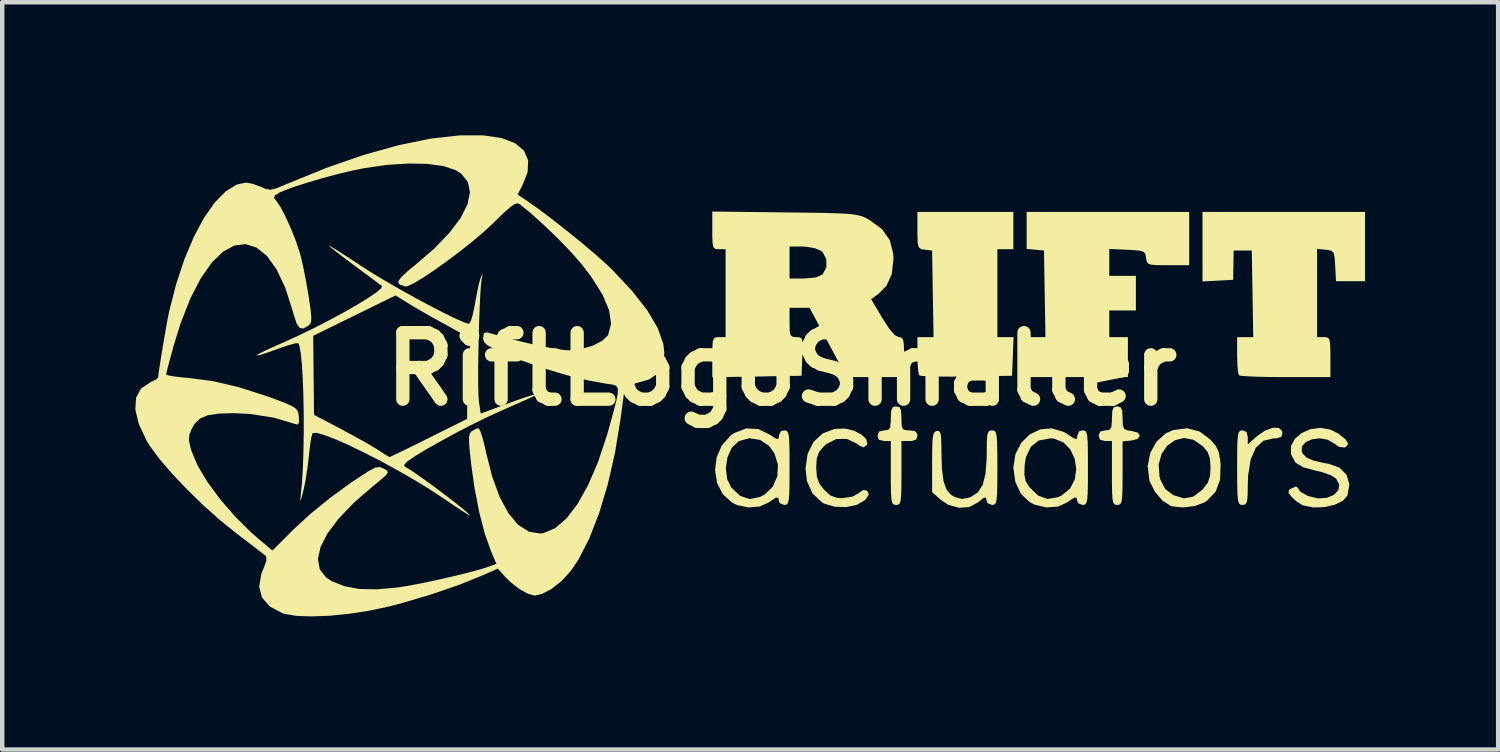
<source format=kicad_pcb>
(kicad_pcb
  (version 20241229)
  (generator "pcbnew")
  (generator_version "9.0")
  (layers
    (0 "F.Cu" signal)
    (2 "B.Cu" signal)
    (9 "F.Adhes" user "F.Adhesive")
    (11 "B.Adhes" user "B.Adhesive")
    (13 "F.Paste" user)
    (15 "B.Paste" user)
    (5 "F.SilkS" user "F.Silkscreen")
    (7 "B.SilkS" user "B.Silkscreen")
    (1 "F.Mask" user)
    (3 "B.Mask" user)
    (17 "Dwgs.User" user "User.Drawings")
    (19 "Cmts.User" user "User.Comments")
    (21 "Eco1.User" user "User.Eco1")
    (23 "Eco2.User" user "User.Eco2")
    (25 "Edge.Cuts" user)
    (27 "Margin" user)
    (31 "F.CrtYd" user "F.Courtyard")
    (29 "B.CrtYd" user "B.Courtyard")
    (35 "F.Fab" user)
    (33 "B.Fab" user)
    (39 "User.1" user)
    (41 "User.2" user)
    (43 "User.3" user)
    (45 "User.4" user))
  (footprint "RiftLogoSmaller"
    (layer "F.Cu")
    (at 14.565 5.269)
    (property "Reference" "RiftLogoSmaller" (at 0 0 0) (layer "F.SilkS") (effects (font (size 1.5 1.5) (thickness 0.3))))
    (attr board_only exclude_from_pos_files exclude_from_bom)
    (fp_poly (pts (xy 5.224 -3.122) (xy 5.224 -2.702) (xy 5.044 -2.702) (xy 4.864 -2.702) (xy 4.864 -1.711) (xy 4.864 -0.721) (xy 5.047 -0.721) (xy 5.229 -0.721) (xy 5.212 -0.285) (xy 5.194 0.15) (xy 4.17 0.166) (xy 3.83 0.17) (xy 3.534 0.168) (xy 3.3 0.162) (xy 3.15 0.152) (xy 3.104 0.141) (xy 3.083 0.065) (xy 3.068 -0.097) (xy 3.062 -0.309) (xy 3.062 -0.31) (xy 3.062 -0.721) (xy 3.244 -0.721) (xy 3.426 -0.721) (xy 3.409 -1.696) (xy 3.393 -2.672) (xy 3.228 -2.691) (xy 3.141 -2.706) (xy 3.092 -2.746) (xy 3.069 -2.837) (xy 3.063 -3.007) (xy 3.062 -3.126) (xy 3.062 -3.543) (xy 4.143 -3.543) (xy 5.224 -3.543)) (stroke (width 0) (type solid)) (fill yes) (layer "F.SilkS"))
    (fp_poly (pts (xy 11.205 1.324) (xy 11.281 1.393) (xy 11.289 1.441) (xy 11.264 1.526) (xy 11.168 1.558) (xy 11.089 1.561) (xy 10.861 1.614) (xy 10.689 1.773) (xy 10.574 2.035) (xy 10.515 2.399) (xy 10.508 2.616) (xy 10.505 2.845) (xy 10.492 2.979) (xy 10.462 3.043) (xy 10.408 3.062) (xy 10.388 3.062) (xy 10.341 3.056) (xy 10.308 3.025) (xy 10.287 2.951) (xy 10.275 2.815) (xy 10.269 2.599) (xy 10.268 2.284) (xy 10.268 2.222) (xy 10.269 1.889) (xy 10.273 1.658) (xy 10.284 1.51) (xy 10.303 1.427) (xy 10.334 1.39) (xy 10.379 1.381) (xy 10.388 1.381) (xy 10.481 1.415) (xy 10.508 1.533) (xy 10.508 1.537) (xy 10.508 1.694) (xy 10.721 1.507) (xy 10.899 1.385) (xy 11.069 1.323)) (stroke (width 0) (type solid)) (fill yes) (layer "F.SilkS"))
    (fp_poly (pts (xy 7.641 0.859) (xy 7.677 0.933) (xy 7.686 1.094) (xy 7.686 1.107) (xy 7.692 1.272) (xy 7.725 1.353) (xy 7.81 1.384) (xy 7.881 1.392) (xy 8.031 1.432) (xy 8.076 1.501) (xy 8.021 1.576) (xy 7.881 1.61) (xy 7.686 1.629) (xy 7.686 2.346) (xy 7.685 2.649) (xy 7.679 2.852) (xy 7.665 2.975) (xy 7.64 3.038) (xy 7.601 3.06) (xy 7.566 3.062) (xy 7.515 3.055) (xy 7.481 3.021) (xy 7.461 2.939) (xy 7.45 2.79) (xy 7.446 2.554) (xy 7.446 2.342) (xy 7.446 1.621) (xy 7.296 1.621) (xy 7.178 1.593) (xy 7.146 1.501) (xy 7.181 1.407) (xy 7.296 1.381) (xy 7.388 1.37) (xy 7.432 1.315) (xy 7.445 1.184) (xy 7.446 1.111) (xy 7.454 0.942) (xy 7.486 0.862) (xy 7.557 0.841) (xy 7.566 0.841)) (stroke (width 0) (type solid)) (fill yes) (layer "F.SilkS"))
    (fp_poly (pts (xy 2.657 0.858) (xy 2.693 0.932) (xy 2.702 1.091) (xy 2.702 1.111) (xy 2.707 1.277) (xy 2.738 1.356) (xy 2.814 1.38) (xy 2.882 1.381) (xy 3.014 1.4) (xy 3.061 1.47) (xy 3.062 1.501) (xy 3.034 1.589) (xy 2.929 1.62) (xy 2.882 1.621) (xy 2.702 1.621) (xy 2.702 2.342) (xy 2.701 2.646) (xy 2.695 2.85) (xy 2.682 2.974) (xy 2.657 3.037) (xy 2.617 3.06) (xy 2.582 3.062) (xy 2.531 3.055) (xy 2.497 3.021) (xy 2.477 2.939) (xy 2.466 2.79) (xy 2.462 2.554) (xy 2.462 2.342) (xy 2.462 1.621) (xy 2.312 1.621) (xy 2.194 1.593) (xy 2.162 1.501) (xy 2.197 1.407) (xy 2.312 1.381) (xy 2.404 1.37) (xy 2.448 1.315) (xy 2.461 1.184) (xy 2.462 1.111) (xy 2.47 0.942) (xy 2.502 0.862) (xy 2.573 0.841) (xy 2.582 0.841)) (stroke (width 0) (type solid)) (fill yes) (layer "F.SilkS"))
    (fp_poly (pts (xy 9.187 -2.942) (xy 9.187 -2.342) (xy 8.711 -2.342) (xy 8.474 -2.343) (xy 8.331 -2.353) (xy 8.257 -2.381) (xy 8.227 -2.434) (xy 8.215 -2.507) (xy 8.199 -2.595) (xy 8.156 -2.646) (xy 8.059 -2.672) (xy 7.879 -2.686) (xy 7.791 -2.69) (xy 7.386 -2.708) (xy 7.386 -2.405) (xy 7.386 -2.102) (xy 7.686 -2.102) (xy 7.986 -2.102) (xy 7.986 -1.711) (xy 7.986 -1.321) (xy 7.686 -1.321) (xy 7.386 -1.321) (xy 7.386 -1.021) (xy 7.386 -0.721) (xy 7.596 -0.721) (xy 7.806 -0.721) (xy 7.806 -0.27) (xy 7.806 0.18) (xy 6.665 0.18) (xy 5.524 0.18) (xy 5.524 -0.27) (xy 5.524 -0.721) (xy 5.736 -0.721) (xy 5.948 -0.721) (xy 5.931 -1.696) (xy 5.915 -2.672) (xy 5.72 -2.691) (xy 5.524 -2.71) (xy 5.524 -3.126) (xy 5.524 -3.543) (xy 7.356 -3.543) (xy 9.187 -3.543)) (stroke (width 0) (type solid)) (fill yes) (layer "F.SilkS"))
    (fp_poly (pts (xy 1.629 1.387) (xy 1.796 1.472) (xy 1.906 1.575) (xy 1.935 1.678) (xy 1.914 1.72) (xy 1.849 1.762) (xy 1.759 1.727) (xy 1.697 1.68) (xy 1.473 1.573) (xy 1.235 1.576) (xy 1.011 1.687) (xy 0.956 1.737) (xy 0.845 1.869) (xy 0.794 2.009) (xy 0.781 2.212) (xy 0.781 2.216) (xy 0.795 2.428) (xy 0.853 2.582) (xy 0.955 2.715) (xy 1.099 2.847) (xy 1.247 2.902) (xy 1.37 2.91) (xy 1.606 2.871) (xy 1.738 2.795) (xy 1.845 2.722) (xy 1.923 2.74) (xy 1.936 2.752) (xy 1.967 2.825) (xy 1.908 2.921) (xy 1.878 2.953) (xy 1.698 3.059) (xy 1.457 3.11) (xy 1.198 3.102) (xy 0.966 3.035) (xy 0.919 3.008) (xy 0.698 2.804) (xy 0.573 2.526) (xy 0.54 2.239) (xy 0.588 1.907) (xy 0.722 1.639) (xy 0.929 1.448) (xy 1.195 1.348) (xy 1.43 1.34)) (stroke (width 0) (type solid)) (fill yes) (layer "F.SilkS"))
    (fp_poly (pts (xy 13.15 -2.762) (xy 13.15 -1.982) (xy 12.823 -1.982) (xy 12.496 -1.982) (xy 12.478 -2.327) (xy 12.465 -2.521) (xy 12.439 -2.626) (xy 12.383 -2.672) (xy 12.279 -2.689) (xy 12.265 -2.691) (xy 12.07 -2.71) (xy 12.07 -1.715) (xy 12.07 -0.721) (xy 12.22 -0.721) (xy 12.296 -0.715) (xy 12.341 -0.681) (xy 12.362 -0.594) (xy 12.369 -0.428) (xy 12.37 -0.27) (xy 12.37 0.18) (xy 11.359 0.18) (xy 11.022 0.178) (xy 10.728 0.172) (xy 10.497 0.162) (xy 10.351 0.15) (xy 10.308 0.14) (xy 10.288 0.064) (xy 10.274 -0.097) (xy 10.268 -0.309) (xy 10.268 -0.31) (xy 10.268 -0.721) (xy 10.45 -0.721) (xy 10.631 -0.721) (xy 10.615 -1.696) (xy 10.598 -2.672) (xy 10.394 -2.672) (xy 10.189 -2.672) (xy 10.184 -2.342) (xy 10.178 -2.012) (xy 9.833 -1.994) (xy 9.487 -1.976) (xy 9.487 -2.759) (xy 9.487 -3.543) (xy 11.319 -3.543) (xy 13.15 -3.543)) (stroke (width 0) (type solid)) (fill yes) (layer "F.SilkS"))
    (fp_poly (pts (xy 9.42 1.406) (xy 9.668 1.591) (xy 9.79 1.735) (xy 9.856 1.879) (xy 9.889 2.074) (xy 9.895 2.151) (xy 9.883 2.494) (xy 9.785 2.759) (xy 9.597 2.959) (xy 9.53 3.005) (xy 9.314 3.086) (xy 9.052 3.118) (xy 8.81 3.094) (xy 8.767 3.08) (xy 8.585 2.963) (xy 8.419 2.769) (xy 8.301 2.54) (xy 8.288 2.497) (xy 8.252 2.184) (xy 8.259 2.151) (xy 8.499 2.151) (xy 8.518 2.419) (xy 8.539 2.495) (xy 8.646 2.702) (xy 8.825 2.838) (xy 8.827 2.839) (xy 9.064 2.913) (xy 9.277 2.875) (xy 9.482 2.72) (xy 9.502 2.699) (xy 9.609 2.557) (xy 9.658 2.401) (xy 9.668 2.216) (xy 9.655 2.012) (xy 9.604 1.871) (xy 9.495 1.739) (xy 9.492 1.737) (xy 9.283 1.593) (xy 9.068 1.553) (xy 8.865 1.603) (xy 8.69 1.729) (xy 8.563 1.916) (xy 8.499 2.151) (xy 8.259 2.151) (xy 8.311 1.887) (xy 8.452 1.633) (xy 8.664 1.445) (xy 8.824 1.375) (xy 9.139 1.333)) (stroke (width 0) (type solid)) (fill yes) (layer "F.SilkS"))
    (fp_poly (pts (xy 4.791 1.387) (xy 4.824 1.418) (xy 4.845 1.493) (xy 4.857 1.629) (xy 4.863 1.845) (xy 4.864 2.159) (xy 4.864 2.222) (xy 4.863 2.554) (xy 4.859 2.785) (xy 4.848 2.933) (xy 4.828 3.016) (xy 4.798 3.053) (xy 4.753 3.062) (xy 4.744 3.062) (xy 4.646 3.025) (xy 4.624 2.972) (xy 4.607 2.895) (xy 4.548 2.905) (xy 4.43 3.002) (xy 4.235 3.108) (xy 3.999 3.126) (xy 3.757 3.058) (xy 3.589 2.947) (xy 3.393 2.772) (xy 3.393 2.093) (xy 3.395 1.796) (xy 3.403 1.598) (xy 3.42 1.479) (xy 3.449 1.418) (xy 3.493 1.394) (xy 3.498 1.393) (xy 3.549 1.395) (xy 3.581 1.442) (xy 3.597 1.555) (xy 3.603 1.757) (xy 3.603 1.872) (xy 3.614 2.249) (xy 3.65 2.524) (xy 3.716 2.713) (xy 3.817 2.833) (xy 3.904 2.883) (xy 4.068 2.926) (xy 4.228 2.896) (xy 4.271 2.879) (xy 4.426 2.777) (xy 4.532 2.611) (xy 4.596 2.364) (xy 4.622 2.021) (xy 4.624 1.893) (xy 4.626 1.645) (xy 4.636 1.493) (xy 4.66 1.414) (xy 4.703 1.384) (xy 4.744 1.381)) (stroke (width 0) (type solid)) (fill yes) (layer "F.SilkS"))
    (fp_poly (pts (xy 12.37 1.363) (xy 12.545 1.451) (xy 12.714 1.585) (xy 12.772 1.684) (xy 12.722 1.753) (xy 12.693 1.766) (xy 12.567 1.754) (xy 12.458 1.679) (xy 12.307 1.59) (xy 12.131 1.56) (xy 11.958 1.581) (xy 11.815 1.644) (xy 11.728 1.741) (xy 11.724 1.862) (xy 11.746 1.907) (xy 11.836 1.996) (xy 11.994 2.064) (xy 12.242 2.119) (xy 12.328 2.133) (xy 12.574 2.22) (xy 12.734 2.381) (xy 12.797 2.597) (xy 12.753 2.85) (xy 12.649 2.969) (xy 12.462 3.059) (xy 12.228 3.111) (xy 11.981 3.118) (xy 11.758 3.073) (xy 11.739 3.066) (xy 11.609 2.984) (xy 11.501 2.886) (xy 11.426 2.786) (xy 11.435 2.727) (xy 11.471 2.699) (xy 11.595 2.646) (xy 11.648 2.686) (xy 11.649 2.705) (xy 11.699 2.766) (xy 11.825 2.84) (xy 11.871 2.861) (xy 12.086 2.914) (xy 12.285 2.902) (xy 12.445 2.838) (xy 12.547 2.734) (xy 12.57 2.604) (xy 12.499 2.469) (xy 12.38 2.392) (xy 12.181 2.322) (xy 12.039 2.289) (xy 11.764 2.215) (xy 11.593 2.115) (xy 11.574 2.095) (xy 11.478 1.909) (xy 11.483 1.73) (xy 11.571 1.569) (xy 11.722 1.44) (xy 11.918 1.354) (xy 12.14 1.324)) (stroke (width 0) (type solid)) (fill yes) (layer "F.SilkS"))
    (fp_poly (pts (xy -0.526 1.351) (xy -0.279 1.469) (xy -0.144 1.557) (xy -0.08 1.579) (xy -0.061 1.538) (xy -0.06 1.499) (xy -0.017 1.4) (xy 0.06 1.381) (xy 0.108 1.387) (xy 0.141 1.418) (xy 0.162 1.493) (xy 0.174 1.629) (xy 0.179 1.845) (xy 0.18 2.159) (xy 0.18 2.222) (xy 0.179 2.554) (xy 0.175 2.785) (xy 0.164 2.933) (xy 0.145 3.016) (xy 0.114 3.053) (xy 0.069 3.062) (xy 0.06 3.062) (xy -0.038 3.025) (xy -0.06 2.972) (xy -0.076 2.897) (xy -0.136 2.9) (xy -0.26 2.983) (xy -0.284 3.002) (xy -0.491 3.097) (xy -0.746 3.118) (xy -1.001 3.065) (xy -1.116 3.009) (xy -1.326 2.817) (xy -1.454 2.565) (xy -1.499 2.281) (xy -1.494 2.235) (xy -1.256 2.235) (xy -1.226 2.48) (xy -1.133 2.669) (xy -0.932 2.858) (xy -0.718 2.929) (xy -0.486 2.881) (xy -0.381 2.827) (xy -0.196 2.649) (xy -0.095 2.416) (xy -0.082 2.156) (xy -0.16 1.901) (xy -0.283 1.729) (xy -0.487 1.595) (xy -0.729 1.558) (xy -0.964 1.623) (xy -1.119 1.768) (xy -1.219 1.985) (xy -1.256 2.235) (xy -1.494 2.235) (xy -1.464 1.991) (xy -1.348 1.722) (xy -1.153 1.502) (xy -1.066 1.441) (xy -0.796 1.336)) (stroke (width 0) (type solid)) (fill yes) (layer "F.SilkS"))
    (fp_poly (pts (xy 6.354 1.413) (xy 6.44 1.464) (xy 6.578 1.554) (xy 6.643 1.578) (xy 6.664 1.54) (xy 6.665 1.499) (xy 6.709 1.4) (xy 6.785 1.381) (xy 6.833 1.387) (xy 6.866 1.418) (xy 6.887 1.493) (xy 6.899 1.629) (xy 6.904 1.845) (xy 6.905 2.159) (xy 6.905 2.222) (xy 6.905 2.554) (xy 6.9 2.785) (xy 6.89 2.933) (xy 6.87 3.016) (xy 6.839 3.053) (xy 6.794 3.062) (xy 6.785 3.062) (xy 6.688 3.025) (xy 6.665 2.972) (xy 6.65 2.897) (xy 6.589 2.9) (xy 6.466 2.983) (xy 6.441 3.002) (xy 6.231 3.099) (xy 5.972 3.118) (xy 5.711 3.058) (xy 5.596 3.001) (xy 5.395 2.811) (xy 5.268 2.541) (xy 5.246 2.378) (xy 5.472 2.378) (xy 5.501 2.522) (xy 5.576 2.648) (xy 5.587 2.662) (xy 5.786 2.853) (xy 5.996 2.927) (xy 6.228 2.887) (xy 6.313 2.848) (xy 6.5 2.695) (xy 6.608 2.489) (xy 6.642 2.256) (xy 6.607 2.022) (xy 6.509 1.812) (xy 6.353 1.652) (xy 6.143 1.568) (xy 6.057 1.561) (xy 5.8 1.608) (xy 5.617 1.75) (xy 5.508 1.985) (xy 5.479 2.167) (xy 5.472 2.378) (xy 5.246 2.378) (xy 5.224 2.221) (xy 5.272 1.914) (xy 5.402 1.66) (xy 5.595 1.471) (xy 5.832 1.358) (xy 6.091 1.335)) (stroke (width 0) (type solid)) (fill yes) (layer "F.SilkS"))
    (fp_poly (pts (xy 0.075 -3.532) (xy 0.561 -3.526) (xy 0.943 -3.52) (xy 1.235 -3.512) (xy 1.454 -3.502) (xy 1.614 -3.487) (xy 1.732 -3.467) (xy 1.823 -3.44) (xy 1.903 -3.404) (xy 1.979 -3.363) (xy 2.264 -3.154) (xy 2.441 -2.903) (xy 2.517 -2.595) (xy 2.522 -2.48) (xy 2.483 -2.137) (xy 2.361 -1.873) (xy 2.182 -1.695) (xy 2.019 -1.576) (xy 2.273 -1.148) (xy 2.43 -0.905) (xy 2.552 -0.765) (xy 2.645 -0.721) (xy 2.705 -0.709) (xy 2.74 -0.659) (xy 2.757 -0.544) (xy 2.762 -0.341) (xy 2.762 -0.27) (xy 2.762 0.18) (xy 2.114 0.18) (xy 1.465 0.18) (xy 1.049 -0.6) (xy 0.632 -1.381) (xy 0.406 -1.381) (xy 0.18 -1.381) (xy 0.18 -1.051) (xy 0.184 -0.862) (xy 0.204 -0.763) (xy 0.255 -0.726) (xy 0.333 -0.721) (xy 0.411 -0.716) (xy 0.456 -0.684) (xy 0.474 -0.599) (xy 0.474 -0.436) (xy 0.468 -0.285) (xy 0.45 0.15) (xy -0.555 0.167) (xy -1.561 0.183) (xy -1.561 -0.269) (xy -1.559 -0.498) (xy -1.548 -0.633) (xy -1.519 -0.698) (xy -1.464 -0.719) (xy -1.411 -0.721) (xy -1.261 -0.721) (xy -1.261 -1.711) (xy -1.261 -2.702) (xy -1.411 -2.702) (xy -1.489 -2.708) (xy -1.534 -2.744) (xy -1.538 -2.762) (xy 0.18 -2.762) (xy 0.18 -2.402) (xy 0.18 -2.042) (xy 0.506 -2.042) (xy 0.768 -2.064) (xy 0.921 -2.131) (xy 0.926 -2.136) (xy 1.01 -2.293) (xy 1.009 -2.476) (xy 0.928 -2.633) (xy 0.887 -2.669) (xy 0.74 -2.728) (xy 0.534 -2.76) (xy 0.467 -2.762) (xy 0.18 -2.762) (xy -1.538 -2.762) (xy -1.555 -2.835) (xy -1.561 -3.008) (xy -1.561 -3.127) (xy -1.561 -3.551)) (stroke (width 0) (type solid)) (fill yes) (layer "F.SilkS"))
    (fp_poly (pts (xy -10.161 -2.765) (xy -10.031 -2.685) (xy -9.836 -2.561) (xy -9.593 -2.403) (xy -9.452 -2.31) (xy -9.2 -2.149) (xy -8.901 -1.97) (xy -8.572 -1.781) (xy -8.234 -1.594) (xy -7.905 -1.418) (xy -7.603 -1.262) (xy -7.347 -1.138) (xy -7.155 -1.054) (xy -7.047 -1.021) (xy -7.043 -1.021) (xy -7.006 -1.076) (xy -6.961 -1.221) (xy -6.917 -1.428) (xy -6.907 -1.483) (xy -6.864 -1.722) (xy -6.82 -1.927) (xy -6.782 -2.058) (xy -6.777 -2.068) (xy -6.741 -2.142) (xy -6.742 -2.108) (xy -6.757 -2.042) (xy -6.774 -1.912) (xy -6.79 -1.686) (xy -6.804 -1.388) (xy -6.817 -1.041) (xy -6.827 -0.669) (xy -6.834 -0.295) (xy -6.838 0.055) (xy -6.837 0.36) (xy -6.832 0.594) (xy -6.821 0.731) (xy -6.781 1.002) (xy -6.258 0.808) (xy -6.008 0.717) (xy -5.786 0.64) (xy -5.626 0.588) (xy -5.584 0.577) (xy -5.434 0.54) (xy -5.584 0.611) (xy -5.698 0.663) (xy -5.894 0.75) (xy -6.142 0.86) (xy -6.387 0.968) (xy -6.676 1.102) (xy -7.008 1.266) (xy -7.357 1.448) (xy -7.699 1.634) (xy -8.009 1.809) (xy -8.261 1.962) (xy -8.431 2.077) (xy -8.437 2.082) (xy -8.509 2.163) (xy -8.487 2.202) (xy -8.398 2.252) (xy -8.247 2.352) (xy -8.052 2.49) (xy -7.832 2.65) (xy -7.607 2.819) (xy -7.395 2.981) (xy -7.214 3.124) (xy -7.085 3.233) (xy -7.025 3.293) (xy -7.027 3.301) (xy -7.085 3.268) (xy -7.221 3.181) (xy -7.412 3.054) (xy -7.605 2.923) (xy -7.93 2.709) (xy -8.289 2.49) (xy -8.666 2.274) (xy -9.046 2.067) (xy -9.415 1.878) (xy -9.758 1.712) (xy -10.06 1.579) (xy -10.305 1.485) (xy -10.48 1.437) (xy -10.568 1.443) (xy -10.573 1.449) (xy -10.598 1.537) (xy -10.626 1.711) (xy -10.652 1.935) (xy -10.655 1.974) (xy -10.689 2.255) (xy -10.735 2.543) (xy -10.783 2.762) (xy -10.827 2.925) (xy -10.847 2.976) (xy -10.845 2.918) (xy -10.838 2.852) (xy -10.809 2.563) (xy -10.788 2.212) (xy -10.775 1.82) (xy -10.769 1.404) (xy -10.77 0.983) (xy -10.778 0.577) (xy -10.792 0.203) (xy -10.812 -0.119) (xy -10.838 -0.372) (xy -10.87 -0.535) (xy -10.893 -0.585) (xy -10.96 -0.581) (xy -11.109 -0.54) (xy -11.31 -0.473) (xy -11.35 -0.458) (xy -11.618 -0.362) (xy -11.777 -0.313) (xy -11.83 -0.309) (xy -11.776 -0.347) (xy -11.618 -0.426) (xy -11.357 -0.544) (xy -11.251 -0.59) (xy -10.905 -0.747) (xy -10.897 -0.751) (xy -10.556 -0.751) (xy -10.547 0.14) (xy -10.538 1.031) (xy -9.92 1.356) (xy -9.648 1.502) (xy -9.393 1.644) (xy -9.187 1.764) (xy -9.08 1.831) (xy -8.942 1.922) (xy -8.851 1.975) (xy -8.836 1.982) (xy -8.777 1.956) (xy -8.629 1.886) (xy -8.411 1.78) (xy -8.141 1.647) (xy -7.949 1.551) (xy -7.086 1.121) (xy -7.085 0.786) (xy -7.081 0.569) (xy -7.07 0.283) (xy -7.053 -0.021) (xy -7.047 -0.12) (xy -7.009 -0.691) (xy -7.603 -1.018) (xy -7.873 -1.168) (xy -8.131 -1.315) (xy -8.344 -1.44) (xy -8.447 -1.503) (xy -8.699 -1.661) (xy -9.627 -1.206) (xy -10.556 -0.751) (xy -10.897 -0.751) (xy -10.548 -0.92) (xy -10.195 -1.101) (xy -9.862 -1.281) (xy -9.563 -1.452) (xy -9.313 -1.606) (xy -9.128 -1.733) (xy -9.021 -1.825) (xy -9.007 -1.873) (xy -9.064 -1.916) (xy -9.198 -2.016) (xy -9.389 -2.157) (xy -9.617 -2.326) (xy -9.623 -2.33) (xy -9.848 -2.499) (xy -10.033 -2.641) (xy -10.159 -2.742) (xy -10.208 -2.787) (xy -10.208 -2.788)) (stroke (width 0) (type solid)) (fill yes) (layer "F.SilkS"))
    (fp_poly (pts (xy -6.72 -5.268) (xy -6.313 -5.208) (xy -6.008 -5.093) (xy -5.806 -4.924) (xy -5.711 -4.707) (xy -5.723 -4.442) (xy -5.827 -4.171) (xy -5.949 -3.933) (xy -5.812 -3.843) (xy -5.534 -3.65) (xy -5.204 -3.404) (xy -4.849 -3.126) (xy -4.496 -2.84) (xy -4.175 -2.568) (xy -3.912 -2.332) (xy -3.823 -2.246) (xy -3.368 -1.761) (xy -3.024 -1.321) (xy -2.79 -0.923) (xy -2.665 -0.568) (xy -2.642 -0.358) (xy -2.676 -0.093) (xy -2.787 0.1) (xy -2.987 0.233) (xy -3.289 0.32) (xy -3.31 0.323) (xy -3.527 0.363) (xy -3.629 1.122) (xy -3.753 1.88) (xy -3.915 2.591) (xy -4.109 3.239) (xy -4.33 3.808) (xy -4.573 4.285) (xy -4.744 4.541) (xy -4.952 4.771) (xy -5.183 4.954) (xy -5.408 5.071) (xy -5.567 5.104) (xy -5.723 5.061) (xy -5.919 4.95) (xy -6.119 4.792) (xy -6.23 4.681) (xy -6.395 4.497) (xy -6.73 4.645) (xy -7.275 4.865) (xy -7.898 5.079) (xy -8.556 5.274) (xy -8.857 5.352) (xy -9.293 5.445) (xy -9.743 5.514) (xy -10.183 5.558) (xy -10.588 5.574) (xy -10.933 5.562) (xy -11.195 5.519) (xy -11.25 5.501) (xy -11.535 5.349) (xy -11.71 5.149) (xy -11.774 4.904) (xy -11.726 4.617) (xy -11.668 4.475) (xy -11.61 4.313) (xy -11.618 4.217) (xy -11.623 4.212) (xy -11.69 4.159) (xy -11.833 4.048) (xy -12.031 3.897) (xy -12.264 3.719) (xy -12.289 3.7) (xy -12.654 3.406) (xy -13.028 3.073) (xy -13.391 2.72) (xy -13.726 2.368) (xy -14.012 2.036) (xy -14.23 1.744) (xy -14.312 1.611) (xy -14.487 1.236) (xy -14.565 0.911) (xy -14.548 0.643) (xy -14.434 0.436) (xy -14.234 0.301) (xy -14.109 0.24) (xy -14.051 0.191) (xy -14.051 0.188) (xy -14.044 0.122) (xy -13.871 0.122) (xy -13.816 0.144) (xy -13.668 0.169) (xy -13.457 0.192) (xy -13.376 0.199) (xy -12.825 0.269) (xy -12.236 0.406) (xy -11.586 0.616) (xy -11.439 0.669) (xy -11.189 0.764) (xy -11.03 0.835) (xy -10.94 0.896) (xy -10.898 0.963) (xy -10.881 1.054) (xy -10.879 1.074) (xy -10.875 1.208) (xy -10.907 1.25) (xy -10.969 1.235) (xy -11.447 1.093) (xy -11.981 1.011) (xy -12.345 0.993) (xy -12.688 1.003) (xy -12.935 1.041) (xy -13.108 1.115) (xy -13.23 1.235) (xy -13.297 1.352) (xy -13.348 1.484) (xy -13.357 1.605) (xy -13.322 1.768) (xy -13.3 1.843) (xy -13.165 2.167) (xy -12.946 2.535) (xy -12.661 2.924) (xy -12.326 3.313) (xy -11.958 3.678) (xy -11.772 3.84) (xy -11.475 4.089) (xy -11.002 3.616) (xy -10.622 3.266) (xy -10.174 2.902) (xy -9.701 2.556) (xy -9.307 2.299) (xy -9.158 2.22) (xy -9.053 2.208) (xy -8.956 2.247) (xy -8.891 2.287) (xy -8.873 2.328) (xy -8.915 2.39) (xy -9.028 2.491) (xy -9.196 2.627) (xy -9.634 3.006) (xy -9.98 3.366) (xy -10.233 3.703) (xy -10.391 4.01) (xy -10.45 4.282) (xy -10.408 4.513) (xy -10.263 4.698) (xy -10.142 4.777) (xy -9.847 4.895) (xy -9.513 4.956) (xy -9.117 4.963) (xy -8.672 4.924) (xy -8.424 4.885) (xy -8.108 4.825) (xy -7.756 4.751) (xy -7.397 4.669) (xy -7.063 4.587) (xy -6.785 4.512) (xy -6.594 4.451) (xy -6.591 4.45) (xy -6.428 4.387) (xy -6.546 4.11) (xy -6.687 3.715) (xy -6.814 3.227) (xy -6.921 2.672) (xy -6.991 2.178) (xy -7.025 1.875) (xy -7.043 1.668) (xy -7.044 1.536) (xy -7.028 1.458) (xy -6.994 1.409) (xy -6.977 1.395) (xy -6.873 1.341) (xy -6.824 1.338) (xy -6.787 1.402) (xy -6.737 1.555) (xy -6.683 1.77) (xy -6.663 1.865) (xy -6.523 2.42) (xy -6.353 2.883) (xy -6.156 3.248) (xy -5.936 3.51) (xy -5.696 3.664) (xy -5.441 3.705) (xy -5.369 3.696) (xy -5.107 3.588) (xy -4.848 3.367) (xy -4.597 3.039) (xy -4.359 2.613) (xy -4.137 2.095) (xy -3.936 1.492) (xy -3.887 1.321) (xy -3.79 0.969) (xy -3.725 0.717) (xy -3.691 0.546) (xy -3.69 0.44) (xy -3.722 0.381) (xy -3.79 0.352) (xy -3.894 0.336) (xy -3.944 0.33) (xy -4.363 0.254) (xy -4.847 0.135) (xy -5.353 -0.016) (xy -5.84 -0.186) (xy -6.076 -0.28) (xy -6.356 -0.4) (xy -6.542 -0.488) (xy -6.653 -0.557) (xy -6.708 -0.619) (xy -6.725 -0.685) (xy -6.725 -0.704) (xy -6.709 -0.811) (xy -6.639 -0.827) (xy -6.59 -0.815) (xy -6.206 -0.707) (xy -5.818 -0.608) (xy -5.452 -0.525) (xy -5.133 -0.463) (xy -4.887 -0.428) (xy -4.782 -0.422) (xy -4.514 -0.451) (xy -4.255 -0.528) (xy -4.043 -0.637) (xy -3.912 -0.764) (xy -3.908 -0.772) (xy -3.843 -1.02) (xy -3.885 -1.322) (xy -4.034 -1.676) (xy -4.29 -2.082) (xy -4.493 -2.35) (xy -4.726 -2.617) (xy -5.02 -2.923) (xy -5.342 -3.234) (xy -5.657 -3.518) (xy -5.895 -3.713) (xy -5.947 -3.736) (xy -6.014 -3.72) (xy -6.112 -3.654) (xy -6.257 -3.525) (xy -6.466 -3.323) (xy -6.506 -3.283) (xy -6.713 -3.092) (xy -6.967 -2.877) (xy -7.248 -2.654) (xy -7.54 -2.435) (xy -7.822 -2.233) (xy -8.077 -2.063) (xy -8.285 -1.937) (xy -8.43 -1.869) (xy -8.47 -1.861) (xy -8.595 -1.901) (xy -8.63 -1.929) (xy -8.636 -1.984) (xy -8.567 -2.078) (xy -8.413 -2.219) (xy -8.267 -2.338) (xy -7.83 -2.714) (xy -7.485 -3.073) (xy -7.233 -3.407) (xy -7.079 -3.713) (xy -7.023 -3.985) (xy -7.069 -4.216) (xy -7.218 -4.403) (xy -7.34 -4.481) (xy -7.613 -4.574) (xy -7.978 -4.625) (xy -8.414 -4.634) (xy -8.9 -4.602) (xy -9.416 -4.527) (xy -9.698 -4.47) (xy -10.012 -4.394) (xy -10.35 -4.303) (xy -10.681 -4.205) (xy -10.977 -4.11) (xy -11.206 -4.027) (xy -11.309 -3.982) (xy -11.421 -3.915) (xy -11.437 -3.858) (xy -11.388 -3.793) (xy -11.292 -3.651) (xy -11.176 -3.429) (xy -11.054 -3.159) (xy -10.942 -2.875) (xy -10.855 -2.61) (xy -10.839 -2.552) (xy -10.785 -2.323) (xy -10.726 -2.028) (xy -10.672 -1.719) (xy -10.656 -1.621) (xy -10.617 -1.355) (xy -10.599 -1.182) (xy -10.602 -1.077) (xy -10.627 -1.016) (xy -10.67 -0.976) (xy -10.78 -0.914) (xy -10.863 -0.929) (xy -10.931 -1.032) (xy -10.999 -1.239) (xy -11.017 -1.306) (xy -11.186 -1.835) (xy -11.382 -2.249) (xy -11.599 -2.55) (xy -11.833 -2.739) (xy -12.079 -2.817) (xy -12.332 -2.786) (xy -12.588 -2.647) (xy -12.842 -2.401) (xy -13.088 -2.05) (xy -13.324 -1.595) (xy -13.543 -1.037) (xy -13.693 -0.554) (xy -13.765 -0.294) (xy -13.823 -0.077) (xy -13.86 0.07) (xy -13.871 0.122) (xy -14.044 0.122) (xy -14.041 0.096) (xy -14.014 -0.084) (xy -13.976 -0.323) (xy -13.932 -0.59) (xy -13.886 -0.856) (xy -13.844 -1.091) (xy -13.81 -1.265) (xy -13.805 -1.291) (xy -13.646 -1.912) (xy -13.458 -2.478) (xy -13.246 -2.981) (xy -13.016 -3.41) (xy -12.773 -3.757) (xy -12.524 -4.01) (xy -12.274 -4.162) (xy -12.067 -4.203) (xy -11.926 -4.178) (xy -11.753 -4.116) (xy -11.732 -4.106) (xy -11.617 -4.057) (xy -11.52 -4.043) (xy -11.403 -4.069) (xy -11.228 -4.139) (xy -11.153 -4.172) (xy -10.266 -4.533) (xy -9.423 -4.826) (xy -8.632 -5.047) (xy -7.903 -5.196) (xy -7.246 -5.269)) (stroke (width 0) (type solid)) (fill yes) (layer "F.SilkS")))
  (gr_rect
    (start -3 -3)
    (end 30.716 13.843)
    (stroke (width 0.1) (type default))
    (fill no)
    (layer "Edge.Cuts")))
</source>
